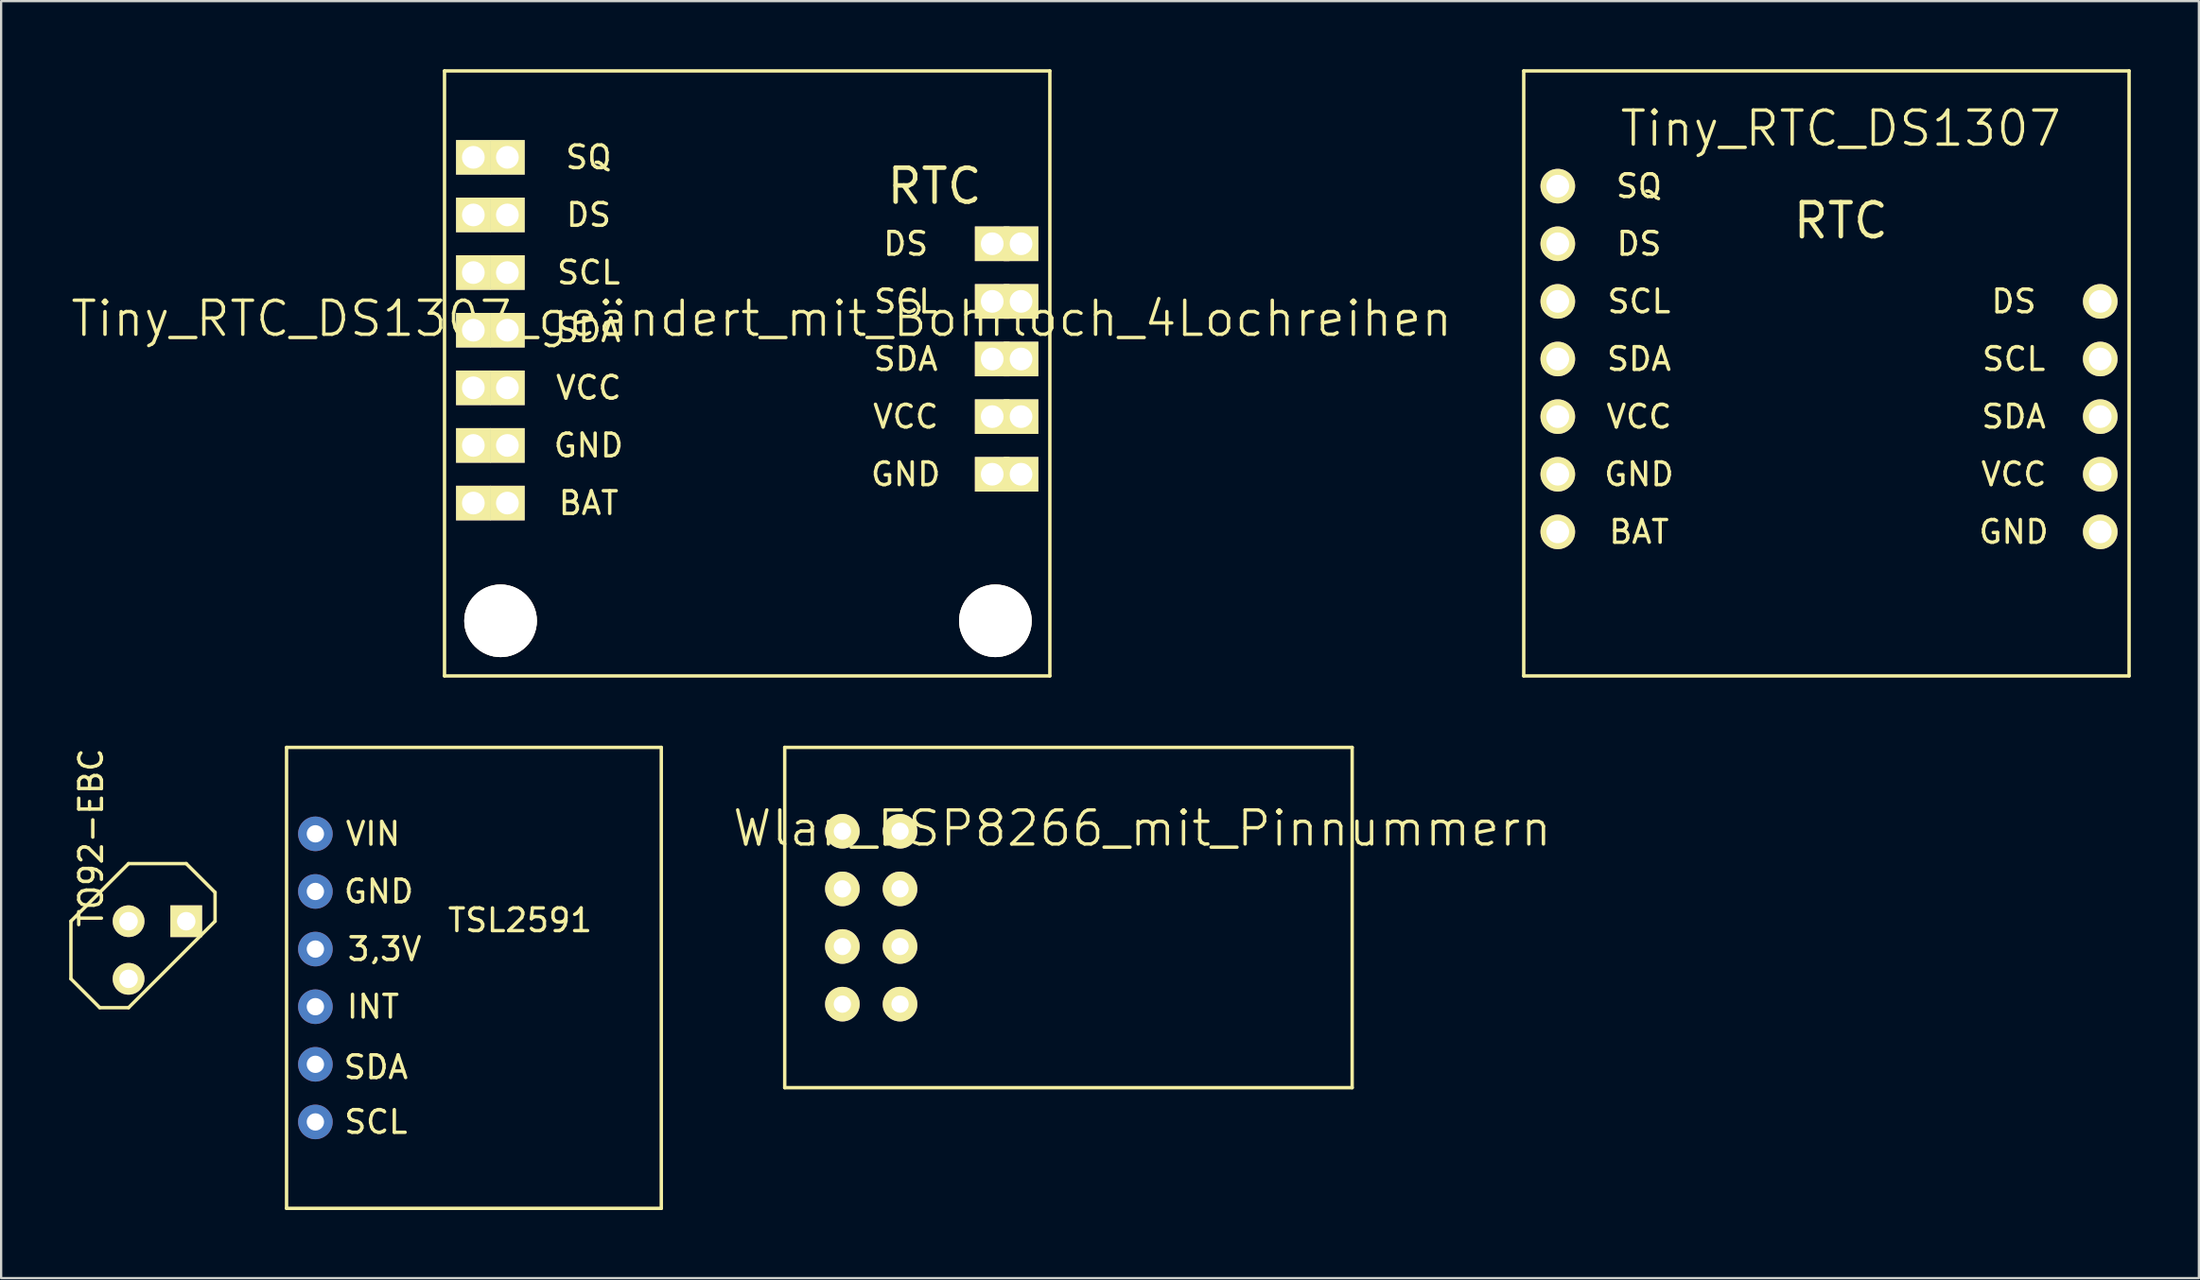
<source format=kicad_pcb>
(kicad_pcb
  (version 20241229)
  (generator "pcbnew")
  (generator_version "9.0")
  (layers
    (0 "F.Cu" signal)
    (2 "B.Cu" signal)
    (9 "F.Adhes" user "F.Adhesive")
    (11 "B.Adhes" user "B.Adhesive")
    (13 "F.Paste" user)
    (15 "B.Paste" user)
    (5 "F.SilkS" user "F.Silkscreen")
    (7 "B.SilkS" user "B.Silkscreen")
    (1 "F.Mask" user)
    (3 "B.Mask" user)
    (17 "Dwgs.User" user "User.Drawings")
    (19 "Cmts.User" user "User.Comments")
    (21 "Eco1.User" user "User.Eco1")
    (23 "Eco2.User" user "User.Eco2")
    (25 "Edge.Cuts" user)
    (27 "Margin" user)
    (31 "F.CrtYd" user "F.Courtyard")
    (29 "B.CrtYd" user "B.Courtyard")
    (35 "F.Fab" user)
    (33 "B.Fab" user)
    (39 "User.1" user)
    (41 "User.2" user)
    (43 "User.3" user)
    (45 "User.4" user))
  (footprint "TO92-EBC"
    (layer "F.Cu")
    (at 3.885 38.827)
    (property "Reference" "TO92-EBC" (at -2.921 -4.953 90) (layer "F.SilkS") (effects (font (size 1 1) (thickness 0.15))))
    (attr through_hole)
    (fp_line (start -3.81 -1.27) (end -3.81 1.27) (stroke (width 0.15) (type solid)) (layer "F.SilkS"))
    (fp_line (start -3.81 1.27) (end -2.54 2.54) (stroke (width 0.15) (type solid)) (layer "F.SilkS"))
    (fp_line (start -2.54 2.54) (end -1.27 2.54) (stroke (width 0.15) (type solid)) (layer "F.SilkS"))
    (fp_line (start -1.27 -3.81) (end -3.81 -1.27) (stroke (width 0.15) (type solid)) (layer "F.SilkS"))
    (fp_line (start -1.27 2.54) (end 2.54 -1.27) (stroke (width 0.15) (type solid)) (layer "F.SilkS"))
    (fp_line (start 1.27 -3.81) (end -1.27 -3.81) (stroke (width 0.15) (type solid)) (layer "F.SilkS"))
    (fp_line (start 2.54 -2.54) (end 1.27 -3.81) (stroke (width 0.15) (type solid)) (layer "F.SilkS"))
    (fp_line (start 2.54 -1.27) (end 2.54 -2.54) (stroke (width 0.15) (type solid)) (layer "F.SilkS"))
    (pad "B" thru_hole circle (at -1.27 -1.27) (size 1.397 1.397) (drill 0.813) (layers "*.Cu" "*.Mask" "F.SilkS"))
    (pad "C" thru_hole circle (at -1.27 1.27) (size 1.397 1.397) (drill 0.813) (layers "*.Cu" "*.Mask" "F.SilkS"))
    (pad "E" thru_hole rect (at 1.27 -1.27) (size 1.397 1.397) (drill 0.813) (layers "*.Cu" "*.Mask" "F.SilkS")))
  (footprint "Tiny_RTC_DS1307"
    (layer "F.Cu")
    (at 78.052 15.315)
    (property "Reference" "Tiny_RTC_DS1307" (at 0 -12.7 0) (layer "F.SilkS") (effects (font (size 1.5 1.5) (thickness 0.15))))
    (attr through_hole)
    (fp_line (start -13.97 -15.24) (end 12.7 -15.24) (stroke (width 0.15) (type solid)) (layer "F.SilkS"))
    (fp_line (start -13.97 11.43) (end -13.97 -15.24) (stroke (width 0.15) (type solid)) (layer "F.SilkS"))
    (fp_line (start 12.7 -15.24) (end 12.7 11.43) (stroke (width 0.15) (type solid)) (layer "F.SilkS"))
    (fp_line (start 12.7 11.43) (end -13.97 11.43) (stroke (width 0.15) (type solid)) (layer "F.SilkS"))
    (fp_text user "DS" (at 7.62 -5.08 0) (layer "F.SilkS") (effects (font (size 1 1) (thickness 0.15))))
    (fp_text user "VCC" (at 7.62 2.54 0) (layer "F.SilkS") (effects (font (size 1 1) (thickness 0.15))))
    (fp_text user "SDA" (at 7.62 0 0) (layer "F.SilkS") (effects (font (size 1 1) (thickness 0.15))))
    (fp_text user "VCC" (at -8.89 0 0) (layer "F.SilkS") (effects (font (size 1 1) (thickness 0.15))))
    (fp_text user "BAT" (at -8.89 5.08 0) (layer "F.SilkS") (effects (font (size 1 1) (thickness 0.15))))
    (fp_text user "RTC" (at 0 -8.636 0) (layer "F.SilkS") (effects (font (size 1.5 1.5) (thickness 0.2))))
    (fp_text user "DS" (at -8.89 -7.62 0) (layer "F.SilkS") (effects (font (size 1 1) (thickness 0.15))))
    (fp_text user "SQ" (at -8.89 -10.16 0) (layer "F.SilkS") (effects (font (size 1 1) (thickness 0.15))))
    (fp_text user "GND" (at 7.62 5.08 0) (layer "F.SilkS") (effects (font (size 1 1) (thickness 0.15))))
    (fp_text user "SCL" (at 7.62 -2.54 0) (layer "F.SilkS") (effects (font (size 1 1) (thickness 0.15))))
    (fp_text user "SDA" (at -8.89 -2.54 0) (layer "F.SilkS") (effects (font (size 1 1) (thickness 0.15))))
    (fp_text user "GND" (at -8.89 2.54 0) (layer "F.SilkS") (effects (font (size 1 1) (thickness 0.15))))
    (fp_text user "SCL" (at -8.89 -5.08 0) (layer "F.SilkS") (effects (font (size 1 1) (thickness 0.15))))
    (pad "1" thru_hole circle (at -12.47 5.08) (size 1.524 1.524) (drill 1) (layers "*.Cu" "*.Mask" "F.SilkS"))
    (pad "2" thru_hole circle (at -12.47 2.54) (size 1.524 1.524) (drill 1) (layers "*.Cu" "*.Mask" "F.SilkS"))
    (pad "3" thru_hole circle (at -12.47 0) (size 1.524 1.524) (drill 1) (layers "*.Cu" "*.Mask" "F.SilkS"))
    (pad "4" thru_hole circle (at -12.47 -2.54) (size 1.524 1.524) (drill 1) (layers "*.Cu" "*.Mask" "F.SilkS"))
    (pad "5" thru_hole circle (at -12.47 -5.08) (size 1.524 1.524) (drill 1) (layers "*.Cu" "*.Mask" "F.SilkS"))
    (pad "6" thru_hole circle (at -12.47 -7.62) (size 1.524 1.524) (drill 1) (layers "*.Cu" "*.Mask" "F.SilkS"))
    (pad "7" thru_hole circle (at -12.47 -10.16) (size 1.524 1.524) (drill 1) (layers "*.Cu" "*.Mask" "F.SilkS"))
    (pad "8" thru_hole circle (at 11.43 5.08) (size 1.524 1.524) (drill 1) (layers "*.Cu" "*.Mask" "F.SilkS"))
    (pad "9" thru_hole circle (at 11.43 2.54) (size 1.524 1.524) (drill 1) (layers "*.Cu" "*.Mask" "F.SilkS"))
    (pad "10" thru_hole circle (at 11.43 0) (size 1.524 1.524) (drill 1) (layers "*.Cu" "*.Mask" "F.SilkS"))
    (pad "11" thru_hole circle (at 11.43 -2.54) (size 1.524 1.524) (drill 1) (layers "*.Cu" "*.Mask" "F.SilkS"))
    (pad "12" thru_hole circle (at 11.43 -5.08) (size 1.524 1.524) (drill 1) (layers "*.Cu" "*.Mask" "F.SilkS")))
  (footprint "Wlan_ESP8266_mit_Pinnummern"
    (layer "F.Cu")
    (at 31.523 44.895)
    (property "Reference" "Wlan_ESP8266_mit_Pinnummern" (at 15.748 -11.43 0) (layer "F.SilkS") (effects (font (size 1.5 1.5) (thickness 0.15))))
    (attr through_hole)
    (fp_line (start 0 -15) (end 25 -15) (stroke (width 0.15) (type solid)) (layer "F.SilkS"))
    (fp_line (start 0 0) (end 0 -15) (stroke (width 0.15) (type solid)) (layer "F.SilkS"))
    (fp_line (start 25 -15) (end 25 0) (stroke (width 0.15) (type solid)) (layer "F.SilkS"))
    (fp_line (start 25 0) (end 0 0) (stroke (width 0.15) (type solid)) (layer "F.SilkS"))
    (pad "1" thru_hole circle (at 2.54 -11.303) (size 1.524 1.524) (drill 0.762) (layers "*.Cu" "*.Mask" "F.SilkS"))
    (pad "2" thru_hole circle (at 2.54 -8.763) (size 1.524 1.524) (drill 0.762) (layers "*.Cu" "*.Mask" "F.SilkS"))
    (pad "3" thru_hole circle (at 2.54 -6.223) (size 1.524 1.524) (drill 0.762) (layers "*.Cu" "*.Mask" "F.SilkS"))
    (pad "4" thru_hole circle (at 2.54 -3.683) (size 1.524 1.524) (drill 0.762) (layers "*.Cu" "*.Mask" "F.SilkS"))
    (pad "5" thru_hole circle (at 5.08 -11.303) (size 1.524 1.524) (drill 0.762) (layers "*.Cu" "*.Mask" "F.SilkS"))
    (pad "6" thru_hole circle (at 5.08 -8.763) (size 1.524 1.524) (drill 0.762) (layers "*.Cu" "*.Mask" "F.SilkS"))
    (pad "7" thru_hole circle (at 5.08 -6.223) (size 1.524 1.524) (drill 0.762) (layers "*.Cu" "*.Mask" "F.SilkS"))
    (pad "8" thru_hole circle (at 5.08 -3.683) (size 1.524 1.524) (drill 0.762) (layers "*.Cu" "*.Mask" "F.SilkS")))
  (footprint "TSL2591"
    (layer "F.Cu")
    (at 17.83 40.055)
    (property "Reference" "TSL2591" (at 2.032 -2.54 0) (unlocked yes) (layer "F.SilkS") (effects (font (size 1 1) (thickness 0.15))))
    (attr through_hole)
    (fp_line (start -8.255 -10.16) (end -8.255 10.16) (stroke (width 0.15) (type solid)) (layer "F.SilkS"))
    (fp_line (start -8.255 -10.16) (end 8.255 -10.16) (stroke (width 0.15) (type solid)) (layer "F.SilkS"))
    (fp_line (start -8.255 10.16) (end 8.255 10.16) (stroke (width 0.15) (type solid)) (layer "F.SilkS"))
    (fp_line (start 8.255 -10.16) (end 8.255 10.16) (stroke (width 0.15) (type solid)) (layer "F.SilkS"))
    (fp_text user "SDA" (at -4.318 3.937 0) (unlocked yes) (layer "F.SilkS") (effects (font (size 1 1) (thickness 0.15))))
    (fp_text user "SCL" (at -4.318 6.35 0) (unlocked yes) (layer "F.SilkS") (effects (font (size 1 1) (thickness 0.15))))
    (fp_text user "INT" (at -4.445 1.27 0) (unlocked yes) (layer "F.SilkS") (effects (font (size 1 1) (thickness 0.15))))
    (fp_text user "3,3V" (at -3.937 -1.27 0) (unlocked yes) (layer "F.SilkS") (effects (font (size 1 1) (thickness 0.15))))
    (fp_text user "VIN" (at -4.445 -6.35 0) (unlocked yes) (layer "F.SilkS") (effects (font (size 1 1) (thickness 0.15))))
    (fp_text user "GND" (at -4.191 -3.81 0) (unlocked yes) (layer "F.SilkS") (effects (font (size 1 1) (thickness 0.15))))
    (pad "1" thru_hole circle (at -6.985 -6.35) (size 1.524 1.524) (drill 0.762) (layers "*.Cu" "*.Mask"))
    (pad "2" thru_hole circle (at -6.985 -3.81) (size 1.524 1.524) (drill 0.762) (layers "*.Cu" "*.Mask"))
    (pad "3" thru_hole circle (at -6.985 -1.27) (size 1.524 1.524) (drill 0.762) (layers "*.Cu" "*.Mask"))
    (pad "4" thru_hole circle (at -6.985 1.27) (size 1.524 1.524) (drill 0.762) (layers "*.Cu" "*.Mask"))
    (pad "5" thru_hole circle (at -6.985 3.81) (size 1.524 1.524) (drill 0.762) (layers "*.Cu" "*.Mask"))
    (pad "6" thru_hole circle (at -6.985 6.35) (size 1.524 1.524) (drill 0.762) (layers "*.Cu" "*.Mask")))
  (footprint "Tiny_RTC_DS1307_geändert_mit_Bohrloch_4Lochreihen"
    (layer "F.Cu")
    (at 30.504 15.315)
    (property "Reference" "Tiny_RTC_DS1307_geändert_mit_Bohrloch_4Lochreihen" (at 0 -4.318 0) (layer "F.SilkS") (effects (font (size 1.5 1.5) (thickness 0.15))))
    (attr through_hole)
    (fp_line (start -13.97 -15.24) (end 12.7 -15.24) (stroke (width 0.15) (type solid)) (layer "F.SilkS"))
    (fp_line (start -13.97 11.43) (end -13.97 -15.24) (stroke (width 0.15) (type solid)) (layer "F.SilkS"))
    (fp_line (start 12.7 -15.24) (end 12.7 11.43) (stroke (width 0.15) (type solid)) (layer "F.SilkS"))
    (fp_line (start 12.7 11.43) (end -13.97 11.43) (stroke (width 0.15) (type solid)) (layer "F.SilkS"))
    (fp_text user "DS" (at -7.62 -8.89 0) (layer "F.SilkS") (effects (font (size 1 1) (thickness 0.15))))
    (fp_text user "SQ" (at -7.62 -11.43 0) (layer "F.SilkS") (effects (font (size 1 1) (thickness 0.15))))
    (fp_text user "SDA" (at -7.62 -3.81 0) (layer "F.SilkS") (effects (font (size 1 1) (thickness 0.15))))
    (fp_text user "SCL" (at -7.62 -6.35 0) (layer "F.SilkS") (effects (font (size 1 1) (thickness 0.15))))
    (fp_text user "DS" (at 6.35 -7.62 0) (layer "F.SilkS") (effects (font (size 1 1) (thickness 0.15))))
    (fp_text user "GND" (at 6.35 2.54 0) (layer "F.SilkS") (effects (font (size 1 1) (thickness 0.15))))
    (fp_text user "BAT" (at -7.62 3.81 0) (layer "F.SilkS") (effects (font (size 1 1) (thickness 0.15))))
    (fp_text user "VCC" (at 6.35 0 0) (layer "F.SilkS") (effects (font (size 1 1) (thickness 0.15))))
    (fp_text user "RTC" (at 7.62 -10.16 0) (layer "F.SilkS") (effects (font (size 1.5 1.5) (thickness 0.2))))
    (fp_text user "GND" (at -7.62 1.27 0) (layer "F.SilkS") (effects (font (size 1 1) (thickness 0.15))))
    (fp_text user "SDA" (at 6.35 -2.54 0) (layer "F.SilkS") (effects (font (size 1 1) (thickness 0.15))))
    (fp_text user "VCC" (at -7.62 -1.27 0) (layer "F.SilkS") (effects (font (size 1 1) (thickness 0.15))))
    (fp_text user "SCL" (at 6.35 -5.08 0) (layer "F.SilkS") (effects (font (size 1 1) (thickness 0.15))))
    (pad "1" thru_hole rect (at -12.7 3.81) (size 1.524 1.524) (drill 1) (layers "*.Cu" "*.Mask" "F.SilkS"))
    (pad "1" thru_hole rect (at -11.2 3.81) (size 1.524 1.524) (drill 1) (layers "*.Cu" "*.Mask" "F.SilkS"))
    (pad "2" thru_hole rect (at -12.7 1.27) (size 1.524 1.524) (drill 1) (layers "*.Cu" "*.Mask" "F.SilkS"))
    (pad "2" thru_hole rect (at -11.2 1.27) (size 1.524 1.524) (drill 1) (layers "*.Cu" "*.Mask" "F.SilkS"))
    (pad "3" thru_hole rect (at -12.7 -1.27) (size 1.524 1.524) (drill 1) (layers "*.Cu" "*.Mask" "F.SilkS"))
    (pad "3" thru_hole rect (at -11.2 -1.27) (size 1.524 1.524) (drill 1) (layers "*.Cu" "*.Mask" "F.SilkS"))
    (pad "4" thru_hole rect (at -12.7 -3.81) (size 1.524 1.524) (drill 1) (layers "*.Cu" "*.Mask" "F.SilkS"))
    (pad "4" thru_hole rect (at -11.2 -3.81) (size 1.524 1.524) (drill 1) (layers "*.Cu" "*.Mask" "F.SilkS"))
    (pad "5" thru_hole rect (at -12.7 -6.35) (size 1.524 1.524) (drill 1) (layers "*.Cu" "*.Mask" "F.SilkS"))
    (pad "5" thru_hole rect (at -11.2 -6.35) (size 1.524 1.524) (drill 1) (layers "*.Cu" "*.Mask" "F.SilkS"))
    (pad "6" thru_hole rect (at -12.7 -8.89) (size 1.524 1.524) (drill 1) (layers "*.Cu" "*.Mask" "F.SilkS"))
    (pad "6" thru_hole rect (at -11.2 -8.89) (size 1.524 1.524) (drill 1) (layers "*.Cu" "*.Mask" "F.SilkS"))
    (pad "7" thru_hole rect (at -12.7 -11.43) (size 1.524 1.524) (drill 1) (layers "*.Cu" "*.Mask" "F.SilkS"))
    (pad "7" thru_hole rect (at -11.2 -11.43) (size 1.524 1.524) (drill 1) (layers "*.Cu" "*.Mask" "F.SilkS"))
    (pad "8" thru_hole rect (at 10.16 2.54) (size 1.524 1.524) (drill 1) (layers "*.Cu" "*.Mask" "F.SilkS"))
    (pad "8" thru_hole rect (at 11.43 2.54) (size 1.524 1.524) (drill 1) (layers "*.Cu" "*.Mask" "F.SilkS"))
    (pad "9" thru_hole rect (at 10.16 0) (size 1.524 1.524) (drill 1) (layers "*.Cu" "*.Mask" "F.SilkS"))
    (pad "9" thru_hole rect (at 11.43 0) (size 1.524 1.524) (drill 1) (layers "*.Cu" "*.Mask" "F.SilkS"))
    (pad "10" thru_hole rect (at 10.16 -2.54) (size 1.524 1.524) (drill 1) (layers "*.Cu" "*.Mask" "F.SilkS"))
    (pad "10" thru_hole rect (at 11.43 -2.54) (size 1.524 1.524) (drill 1) (layers "*.Cu" "*.Mask" "F.SilkS"))
    (pad "11" thru_hole rect (at 10.16 -5.08) (size 1.524 1.524) (drill 1) (layers "*.Cu" "*.Mask" "F.SilkS"))
    (pad "11" thru_hole rect (at 11.43 -5.08) (size 1.524 1.524) (drill 1) (layers "*.Cu" "*.Mask" "F.SilkS"))
    (pad "12" thru_hole rect (at 10.16 -7.62) (size 1.524 1.524) (drill 1) (layers "*.Cu" "*.Mask" "F.SilkS"))
    (pad "12" thru_hole rect (at 11.43 -7.62) (size 1.524 1.524) (drill 1) (layers "*.Cu" "*.Mask" "F.SilkS"))
    (pad "~" thru_hole circle (at -11.5 9) (size 3.2 3.2) (drill 3.2) (layers "*.Cu" "*.Mask" "F.SilkS"))
    (pad "~" thru_hole circle (at 10.3 9) (size 3.2 3.2) (drill 3.2) (layers "*.Cu" "*.Mask" "F.SilkS")))
  (gr_rect
    (start -3 -3)
    (end 93.827 53.29)
    (stroke (width 0.1) (type default))
    (fill no)
    (layer "Edge.Cuts")))
</source>
